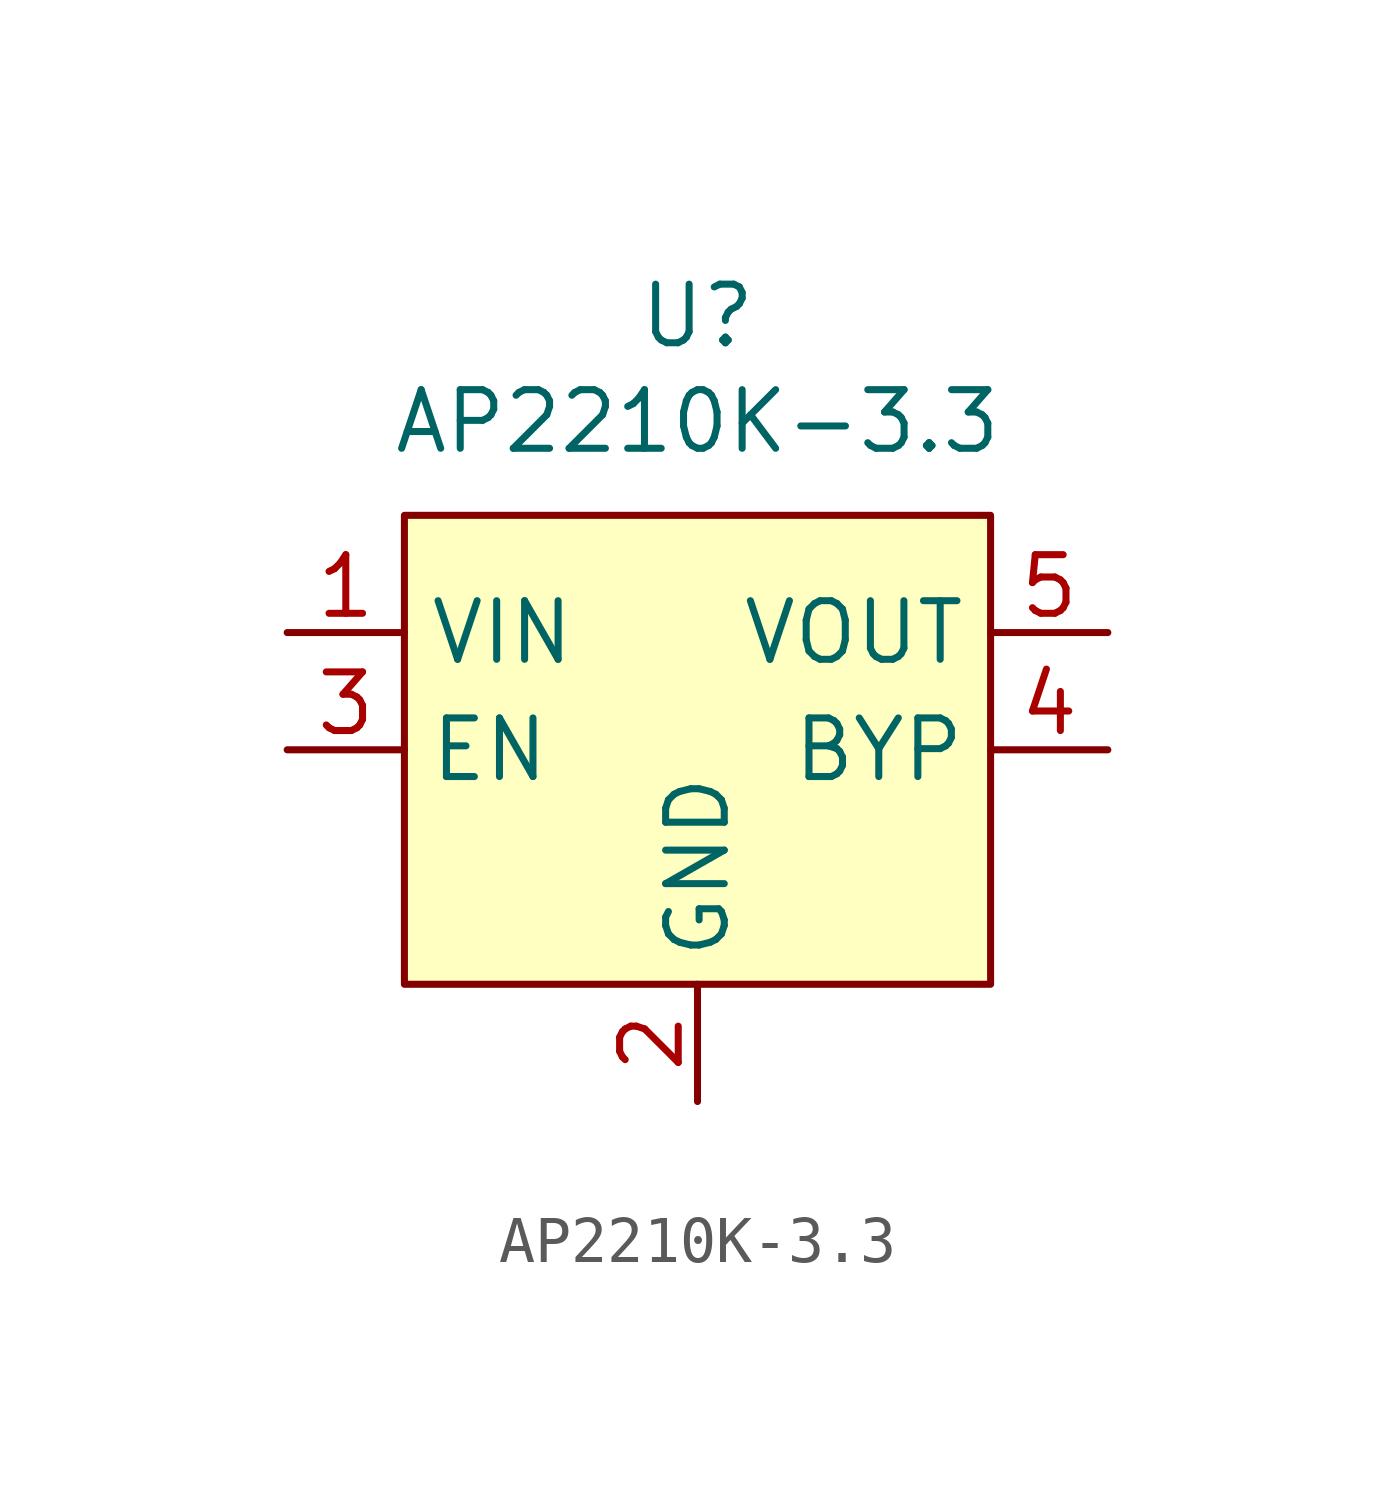
<source format=kicad_sym>
(kicad_symbol_lib
  (version 20241209)
  (generator "kicad_symbol_editor")
  (generator_version "9.0")
  (symbol "AP2210K-3.3"
    (property "Reference" "U"
      (at 0 4.318 0)
      (effects (font (size 1.27 1.27))))
    (property "Value" "AP2210K-3.3"
      (at 0 2.032 0)
      (effects (font (size 1.27 1.27))))
    (symbol "AP2210K-3.3_0_0"
      (pin power_in line (at -8.89 -2.54 0) (length 2.54) (name "VIN" (effects (font (size 1.27 1.27)))) (number "1" (effects (font (size 1.27 1.27)))))
      (pin input line (at -8.89 -5.08 0) (length 2.54) (name "EN" (effects (font (size 1.27 1.27)))) (number "3" (effects (font (size 1.27 1.27)))))
      (pin power_in line (at 0 -12.7 90) (length 2.54) (name "GND" (effects (font (size 1.27 1.27)))) (number "2" (effects (font (size 1.27 1.27)))))
      (pin power_out line (at 8.89 -2.54 180) (length 2.54) (name "VOUT" (effects (font (size 1.27 1.27)))) (number "5" (effects (font (size 1.27 1.27)))))
      (pin input line (at 8.89 -5.08 180) (length 2.54) (name "BYP" (effects (font (size 1.27 1.27)))) (number "4" (effects (font (size 1.27 1.27))))))
    (symbol "AP2210K-3.3_1_1"
      (rectangle (start -6.35 0) (end 6.35 -10.16) (stroke (width 0) (type solid)) (fill (type background))))))
</source>
